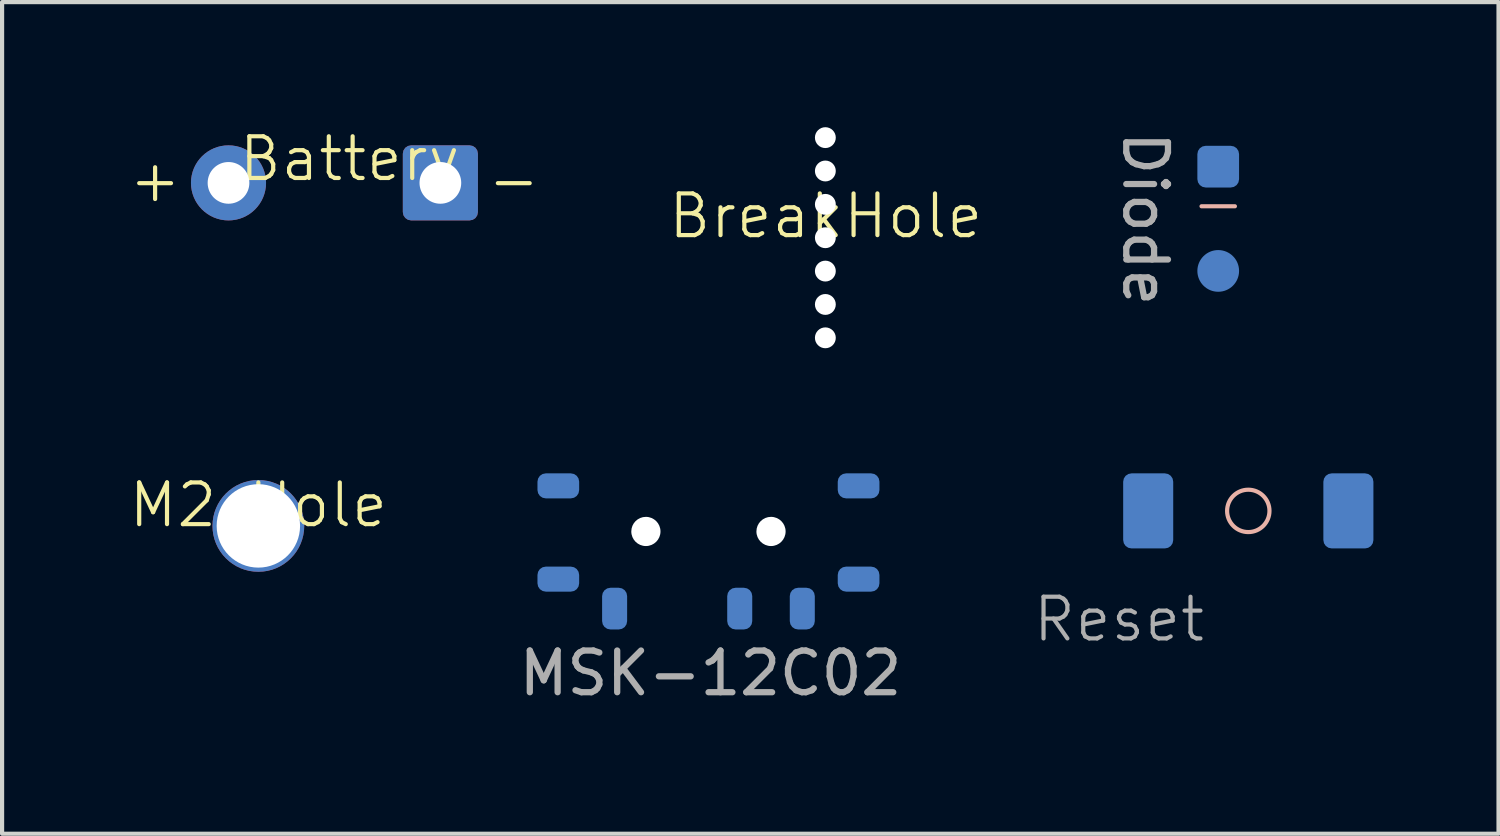
<source format=kicad_pcb>
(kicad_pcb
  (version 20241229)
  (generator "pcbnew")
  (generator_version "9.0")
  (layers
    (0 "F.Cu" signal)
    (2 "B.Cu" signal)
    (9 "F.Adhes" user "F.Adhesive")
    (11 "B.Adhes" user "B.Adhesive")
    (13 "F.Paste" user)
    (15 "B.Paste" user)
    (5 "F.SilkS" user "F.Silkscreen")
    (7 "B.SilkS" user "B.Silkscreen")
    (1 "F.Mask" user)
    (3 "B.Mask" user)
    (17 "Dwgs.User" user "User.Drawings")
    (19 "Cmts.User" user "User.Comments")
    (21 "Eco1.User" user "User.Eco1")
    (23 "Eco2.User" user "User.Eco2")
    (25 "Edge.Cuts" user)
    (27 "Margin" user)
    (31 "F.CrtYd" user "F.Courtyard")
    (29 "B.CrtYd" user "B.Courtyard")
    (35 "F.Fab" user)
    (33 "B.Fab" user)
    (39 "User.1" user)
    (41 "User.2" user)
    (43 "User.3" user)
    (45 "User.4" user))
  (footprint "MSK-12C02"
    (layer "F.Cu")
    (at 13.937 9.693)
    (property "Reference" "MSK-12C02" (at 0.05 3.4 0) (layer "F.Fab") (effects (font (size 1 1) (thickness 0.15))))
    (attr smd)
    (pad "" smd roundrect (at -3.6 -1.093) (size 1 0.6) (layers "B.Cu" "B.Mask" "B.Paste") (roundrect_rratio 0.333))
    (pad "" smd roundrect (at -3.6 1.143) (size 1 0.6) (layers "B.Cu" "B.Mask" "B.Paste") (roundrect_rratio 0.333))
    (pad "" np_thru_hole circle (at -1.5 0 270) (size 0.7 0.7) (drill 0.7) (layers "*.Cu" "*.Mask"))
    (pad "" np_thru_hole circle (at 1.5 0 270) (size 0.7 0.7) (drill 0.7) (layers "*.Cu" "*.Mask"))
    (pad "" smd roundrect (at 3.6 -1.093) (size 1 0.6) (layers "B.Cu" "B.Mask" "B.Paste") (roundrect_rratio 0.333))
    (pad "" smd roundrect (at 3.6 1.143) (size 1 0.6) (layers "B.Cu" "B.Mask" "B.Paste") (roundrect_rratio 0.333))
    (pad "1" smd roundrect (at -2.25 1.85 270) (size 1 0.6) (layers "B.Cu" "B.Mask" "B.Paste") (roundrect_rratio 0.333))
    (pad "2" smd roundrect (at 0.75 1.85 270) (size 1 0.6) (layers "B.Cu" "B.Mask" "B.Paste") (roundrect_rratio 0.333))
    (pad "3" smd roundrect (at 2.25 1.85 270) (size 1 0.6) (layers "B.Cu" "B.Mask" "B.Paste") (roundrect_rratio 0.333)))
  (footprint "Battery"
    (layer "F.Cu")
    (at 4.969 1.335)
    (property "Reference" "Battery" (at 0.365 -0.575 0) (unlocked yes) (layer "F.SilkS") (effects (font (size 1 1) (thickness 0.1))))
    (attr through_hole)
    (fp_text user "-" (at 4.3 -0.07 0) (unlocked yes) (layer "F.SilkS") (effects (font (size 1 1) (thickness 0.1))))
    (fp_text user "+" (at -4.3 -0.07 0) (unlocked yes) (layer "F.SilkS") (effects (font (size 1 1) (thickness 0.1))))
    (pad "1" thru_hole circle (at -2.54 0) (size 1.8 1.8) (drill 1) (layers "*.Cu" "*.Paste" "*.Mask"))
    (pad "2" thru_hole roundrect (at 2.54 0 90) (size 1.8 1.8) (drill 1) (layers "*.Cu" "*.Paste" "*.Mask") (roundrect_rratio 0.111)))
  (footprint "Reset"
    (layer "F.Cu")
    (at 26.881 9.2)
    (property "Reference" "Reset" (at -3.1 2.6 0) (unlocked yes) (layer "F.Fab") (effects (font (size 1 1) (thickness 0.1))))
    (attr smd)
    (fp_circle (center 0 0) (end 0.3 0.41) (stroke (width 0.1) (type solid)) (fill no) (layer "B.SilkS"))
    (pad "1" smd roundrect (at -2.4 0) (size 1.2 1.8) (layers "B.Cu" "B.Mask" "B.Paste") (roundrect_rratio 0.167))
    (pad "2" smd roundrect (at 2.4 0) (size 1.2 1.8) (layers "B.Cu" "B.Mask" "B.Paste") (roundrect_rratio 0.167)))
  (footprint "M2 Hole"
    (layer "F.Cu")
    (at 3.145 9.56)
    (property "Reference" "M2 Hole" (at 0 -0.5 0) (unlocked yes) (layer "F.SilkS") (effects (font (size 1 1) (thickness 0.1))))
    (attr smd)
    (pad "" thru_hole circle (at 0 0 180) (size 2.2 2.2) (drill 2) (layers "*.Cu" "*.Paste" "*.Mask")))
  (footprint "BreakHole"
    (layer "F.Cu")
    (at 16.74 2.65)
    (property "Reference" "BreakHole" (at 0.01 -0.52 0) (unlocked yes) (layer "F.SilkS") (effects (font (size 1 1) (thickness 0.1))))
    (attr board_only exclude_from_pos_files exclude_from_bom)
    (pad "" np_thru_hole circle (at 0 -2.4 180) (size 0.5 0.5) (drill 0.5) (layers "*.Cu" "*.Mask"))
    (pad "" np_thru_hole circle (at 0 -1.6 180) (size 0.5 0.5) (drill 0.5) (layers "*.Cu" "*.Mask"))
    (pad "" np_thru_hole circle (at 0 -0.8 180) (size 0.5 0.5) (drill 0.5) (layers "*.Cu" "*.Mask"))
    (pad "" np_thru_hole circle (at 0 0 180) (size 0.5 0.5) (drill 0.5) (layers "*.Cu" "*.Mask"))
    (pad "" np_thru_hole circle (at 0 0.8 180) (size 0.5 0.5) (drill 0.5) (layers "*.Cu" "*.Mask"))
    (pad "" np_thru_hole circle (at 0 1.6 180) (size 0.5 0.5) (drill 0.5) (layers "*.Cu" "*.Mask"))
    (pad "" np_thru_hole circle (at 0 2.4 180) (size 0.5 0.5) (drill 0.5) (layers "*.Cu" "*.Mask")))
  (footprint "Diode"
    (layer "F.Cu")
    (at 26.16 2.196)
    (property "Reference" "Diode" (at -1.75 0 270) (unlocked yes) (layer "F.Fab") (effects (font (size 1 1) (thickness 0.15))))
    (attr smd)
    (fp_line (start 0.4 -0.3) (end -0.4 -0.3) (stroke (width 0.1) (type solid)) (layer "B.SilkS"))
    (pad "1" smd roundrect (at 0 -1.25 90) (size 1 1) (layers "B.Cu" "B.Mask" "B.Paste") (roundrect_rratio 0.2))
    (pad "2" smd oval (at 0 1.25 90) (size 1 1) (layers "B.Cu" "B.Mask" "B.Paste")))
  (gr_rect
    (start -3 -3)
    (end 32.881 16.941)
    (stroke (width 0.1) (type default))
    (fill no)
    (layer "Edge.Cuts")))
</source>
